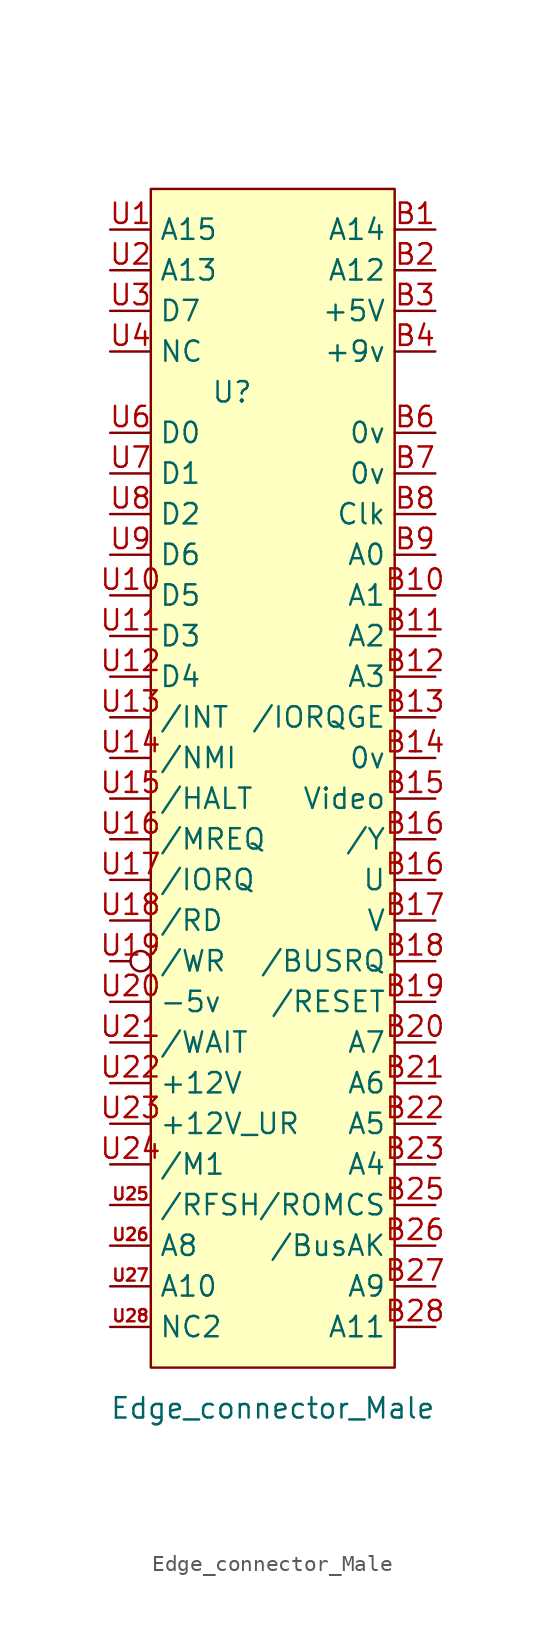
<source format=kicad_sym>
(kicad_symbol_lib
  (version 20211014)
  (generator kicad_symbol_editor)
  (symbol "Edge_connector_Male"
    (property "Reference" "U"
      (at -5.08 25.4 0)
      (effects (font (size 1.27 1.27))))
    (property "Value" "Edge_connector_Male"
      (at -2.54 -38.1 0)
      (effects (font (size 1.27 1.27))))
    (symbol "Edge_connector_Male_0_1"
      (rectangle (start -10.16 38.1) (end 5.08 -35.56) (stroke (width 0.152) (type default) (color 0 0 0 0)) (fill (type background))))
    (symbol "Edge_connector_Male_1_1"
      (pin bidirectional line (at 7.62 35.56 180) (length 2.54) (name "A14" (effects (font (size 1.27 1.27)))) (number "B1" (effects (font (size 1.27 1.27)))))
      (pin bidirectional line (at 7.62 12.7 180) (length 2.54) (name "A1" (effects (font (size 1.27 1.27)))) (number "B10" (effects (font (size 1.27 1.27)))))
      (pin bidirectional line (at 7.62 10.16 180) (length 2.54) (name "A2" (effects (font (size 1.27 1.27)))) (number "B11" (effects (font (size 1.27 1.27)))))
      (pin bidirectional line (at 7.62 7.62 180) (length 2.54) (name "A3" (effects (font (size 1.27 1.27)))) (number "B12" (effects (font (size 1.27 1.27)))))
      (pin bidirectional line (at 7.62 5.08 180) (length 2.54) (name "/IORQGE" (effects (font (size 1.27 1.27)))) (number "B13" (effects (font (size 1.27 1.27)))))
      (pin bidirectional line (at 7.62 2.54 180) (length 2.54) (name "0v" (effects (font (size 1.27 1.27)))) (number "B14" (effects (font (size 1.27 1.27)))))
      (pin bidirectional line (at 7.62 0 180) (length 2.54) (name "Video" (effects (font (size 1.27 1.27)))) (number "B15" (effects (font (size 1.27 1.27)))))
      (pin bidirectional line (at 7.62 -2.54 180) (length 2.54) (name "/Y" (effects (font (size 1.27 1.27)))) (number "B16" (effects (font (size 1.27 1.27)))))
      (pin bidirectional line (at 7.62 -5.08 180) (length 2.54) (name "U" (effects (font (size 1.27 1.27)))) (number "B16" (effects (font (size 1.27 1.27)))))
      (pin bidirectional line (at 7.62 -7.62 180) (length 2.54) (name "V" (effects (font (size 1.27 1.27)))) (number "B17" (effects (font (size 1.27 1.27)))))
      (pin bidirectional line (at 7.62 -10.16 180) (length 2.54) (name "/BUSRQ" (effects (font (size 1.27 1.27)))) (number "B18" (effects (font (size 1.27 1.27)))))
      (pin bidirectional line (at 7.62 -12.7 180) (length 2.54) (name "/RESET" (effects (font (size 1.27 1.27)))) (number "B19" (effects (font (size 1.27 1.27)))))
      (pin bidirectional line (at 7.62 33.02 180) (length 2.54) (name "A12" (effects (font (size 1.27 1.27)))) (number "B2" (effects (font (size 1.27 1.27)))))
      (pin bidirectional line (at 7.62 -15.24 180) (length 2.54) (name "A7" (effects (font (size 1.27 1.27)))) (number "B20" (effects (font (size 1.27 1.27)))))
      (pin tri_state line (at 7.62 -17.78 180) (length 2.54) (name "A6" (effects (font (size 1.27 1.27)))) (number "B21" (effects (font (size 1.27 1.27)))))
      (pin bidirectional line (at 7.62 -20.32 180) (length 2.54) (name "A5" (effects (font (size 1.27 1.27)))) (number "B22" (effects (font (size 1.27 1.27)))))
      (pin bidirectional line (at 7.62 -22.86 180) (length 2.54) (name "A4" (effects (font (size 1.27 1.27)))) (number "B23" (effects (font (size 1.27 1.27)))))
      (pin bidirectional line (at 7.62 -25.4 180) (length 2.54) (name "/ROMCS" (effects (font (size 1.27 1.27)))) (number "B25" (effects (font (size 1.27 1.27)))))
      (pin bidirectional line (at 7.62 -27.94 180) (length 2.54) (name "/BusAK" (effects (font (size 1.27 1.27)))) (number "B26" (effects (font (size 1.27 1.27)))))
      (pin bidirectional line (at 7.62 -30.48 180) (length 2.54) (name "A9" (effects (font (size 1.27 1.27)))) (number "B27" (effects (font (size 1.27 1.27)))))
      (pin bidirectional line (at 7.62 -33.02 180) (length 2.54) (name "A11" (effects (font (size 1.27 1.27)))) (number "B28" (effects (font (size 1.27 1.27)))))
      (pin bidirectional line (at 7.62 30.48 180) (length 2.54) (name "+5V" (effects (font (size 1.27 1.27)))) (number "B3" (effects (font (size 1.27 1.27)))))
      (pin bidirectional line (at 7.62 27.94 180) (length 2.54) (name "+9v" (effects (font (size 1.27 1.27)))) (number "B4" (effects (font (size 1.27 1.27)))))
      (pin bidirectional line (at 7.62 22.86 180) (length 2.54) (name "0v" (effects (font (size 1.27 1.27)))) (number "B6" (effects (font (size 1.27 1.27)))))
      (pin bidirectional line (at 7.62 20.32 180) (length 2.54) (name "0v" (effects (font (size 1.27 1.27)))) (number "B7" (effects (font (size 1.27 1.27)))))
      (pin bidirectional line (at 7.62 17.78 180) (length 2.54) (name "Clk" (effects (font (size 1.27 1.27)))) (number "B8" (effects (font (size 1.27 1.27)))))
      (pin bidirectional line (at 7.62 15.24 180) (length 2.54) (name "A0" (effects (font (size 1.27 1.27)))) (number "B9" (effects (font (size 1.27 1.27)))))
      (pin bidirectional line (at -12.7 35.56 0) (length 2.54) (name "A15" (effects (font (size 1.27 1.27)))) (number "U1" (effects (font (size 1.27 1.27)))))
      (pin bidirectional line (at -12.7 12.7 0) (length 2.54) (name "D5" (effects (font (size 1.27 1.27)))) (number "U10" (effects (font (size 1.27 1.27)))))
      (pin bidirectional line (at -12.7 10.16 0) (length 2.54) (name "D3" (effects (font (size 1.27 1.27)))) (number "U11" (effects (font (size 1.27 1.27)))))
      (pin bidirectional line (at -12.7 7.62 0) (length 2.54) (name "D4" (effects (font (size 1.27 1.27)))) (number "U12" (effects (font (size 1.27 1.27)))))
      (pin bidirectional line (at -12.7 5.08 0) (length 2.54) (name "/INT" (effects (font (size 1.27 1.27)))) (number "U13" (effects (font (size 1.27 1.27)))))
      (pin bidirectional line (at -12.7 2.54 0) (length 2.54) (name "/NMI" (effects (font (size 1.27 1.27)))) (number "U14" (effects (font (size 1.27 1.27)))))
      (pin bidirectional line (at -12.7 0 0) (length 2.54) (name "/HALT" (effects (font (size 1.27 1.27)))) (number "U15" (effects (font (size 1.27 1.27)))))
      (pin bidirectional line (at -12.7 -2.54 0) (length 2.54) (name "/MREQ" (effects (font (size 1.27 1.27)))) (number "U16" (effects (font (size 1.27 1.27)))))
      (pin bidirectional line (at -12.7 -5.08 0) (length 2.54) (name "/IORQ" (effects (font (size 1.27 1.27)))) (number "U17" (effects (font (size 1.27 1.27)))))
      (pin tri_state line (at -12.7 -7.62 0) (length 2.54) (name "/RD" (effects (font (size 1.27 1.27)))) (number "U18" (effects (font (size 1.27 1.27)))))
      (pin bidirectional inverted (at -12.7 -10.16 0) (length 2.54) (name "/WR" (effects (font (size 1.27 1.27)))) (number "U19" (effects (font (size 1.27 1.27)))))
      (pin bidirectional line (at -12.7 33.02 0) (length 2.54) (name "A13" (effects (font (size 1.27 1.27)))) (number "U2" (effects (font (size 1.27 1.27)))))
      (pin bidirectional line (at -12.7 -12.7 0) (length 2.54) (name "-5v" (effects (font (size 1.27 1.27)))) (number "U20" (effects (font (size 1.27 1.27)))))
      (pin bidirectional line (at -12.7 -15.24 0) (length 2.54) (name "/WAIT" (effects (font (size 1.27 1.27)))) (number "U21" (effects (font (size 1.27 1.27)))))
      (pin bidirectional line (at -12.7 -17.78 0) (length 2.54) (name "+12V" (effects (font (size 1.27 1.27)))) (number "U22" (effects (font (size 1.27 1.27)))))
      (pin bidirectional line (at -12.7 -20.32 0) (length 2.54) (name "+12V_UR" (effects (font (size 1.27 1.27)))) (number "U23" (effects (font (size 1.27 1.27)))))
      (pin bidirectional line (at -12.7 -22.86 0) (length 2.54) (name "/M1" (effects (font (size 1.27 1.27)))) (number "U24" (effects (font (size 1.27 1.27)))))
      (pin bidirectional line (at -12.7 -25.4 0) (length 2.54) (name "/RFSH" (effects (font (size 1.27 1.27)))) (number "U25" (effects (font (size 0.762 0.762)))))
      (pin bidirectional line (at -12.7 -27.94 0) (length 2.54) (name "A8" (effects (font (size 1.27 1.27)))) (number "U26" (effects (font (size 0.762 0.762)))))
      (pin bidirectional line (at -12.7 -30.48 0) (length 2.54) (name "A10" (effects (font (size 1.27 1.27)))) (number "U27" (effects (font (size 0.762 0.762)))))
      (pin bidirectional line (at -12.7 -33.02 0) (length 2.54) (name "NC2" (effects (font (size 1.27 1.27)))) (number "U28" (effects (font (size 0.762 0.762)))))
      (pin bidirectional line (at -12.7 30.48 0) (length 2.54) (name "D7" (effects (font (size 1.27 1.27)))) (number "U3" (effects (font (size 1.27 1.27)))))
      (pin bidirectional line (at -12.7 27.94 0) (length 2.54) (name "NC" (effects (font (size 1.27 1.27)))) (number "U4" (effects (font (size 1.27 1.27)))))
      (pin bidirectional line (at -12.7 22.86 0) (length 2.54) (name "D0" (effects (font (size 1.27 1.27)))) (number "U6" (effects (font (size 1.27 1.27)))))
      (pin bidirectional line (at -12.7 20.32 0) (length 2.54) (name "D1" (effects (font (size 1.27 1.27)))) (number "U7" (effects (font (size 1.27 1.27)))))
      (pin bidirectional line (at -12.7 17.78 0) (length 2.54) (name "D2" (effects (font (size 1.27 1.27)))) (number "U8" (effects (font (size 1.27 1.27)))))
      (pin bidirectional line (at -12.7 15.24 0) (length 2.54) (name "D6" (effects (font (size 1.27 1.27)))) (number "U9" (effects (font (size 1.27 1.27))))))))
</source>
